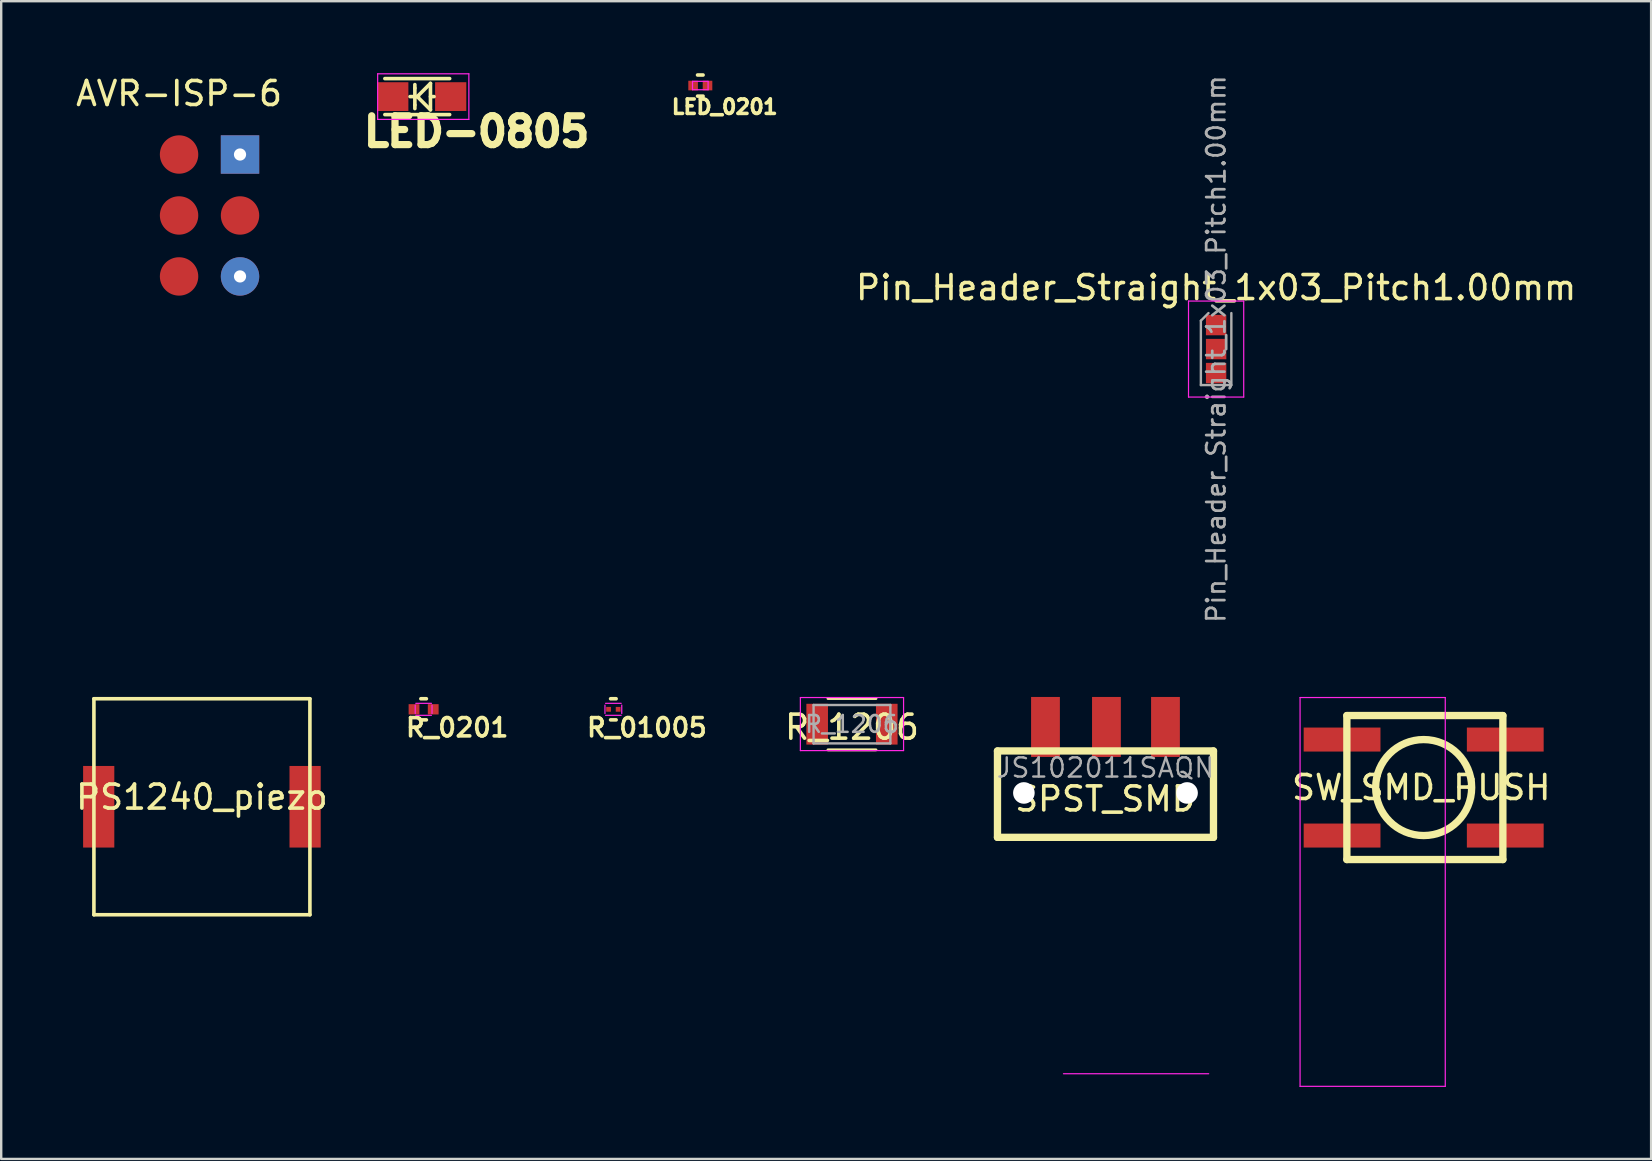
<source format=kicad_pcb>
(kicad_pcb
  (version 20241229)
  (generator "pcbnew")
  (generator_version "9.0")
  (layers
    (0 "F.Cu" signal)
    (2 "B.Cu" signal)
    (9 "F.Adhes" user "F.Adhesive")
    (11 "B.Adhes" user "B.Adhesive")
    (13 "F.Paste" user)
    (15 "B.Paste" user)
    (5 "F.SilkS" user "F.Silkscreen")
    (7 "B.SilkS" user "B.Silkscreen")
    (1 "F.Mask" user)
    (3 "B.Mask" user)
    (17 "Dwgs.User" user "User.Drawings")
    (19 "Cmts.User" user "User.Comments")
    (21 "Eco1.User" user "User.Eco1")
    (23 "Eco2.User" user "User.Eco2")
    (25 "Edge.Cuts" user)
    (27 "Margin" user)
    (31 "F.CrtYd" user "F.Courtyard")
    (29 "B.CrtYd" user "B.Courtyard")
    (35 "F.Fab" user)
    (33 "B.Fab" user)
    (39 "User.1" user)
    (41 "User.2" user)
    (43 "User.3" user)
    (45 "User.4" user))
  (footprint "LED-0805"
    (layer "F.Cu")
    (at 14.586 0.975)
    (property "Reference" "LED-0805" (at 2.223 1.46 0) (layer "F.SilkS") (effects (font (size 1.2 1.2) (thickness 0.3))))
    (attr smd)
    (fp_line (start -1.6 -0.75) (end 1.1 -0.75) (stroke (width 0.15) (type solid)) (layer "F.SilkS"))
    (fp_line (start -1.6 0.75) (end 1.1 0.75) (stroke (width 0.15) (type solid)) (layer "F.SilkS"))
    (fp_line (start -0.55 0) (end -0.2 0) (stroke (width 0.15) (type solid)) (layer "F.SilkS"))
    (fp_line (start -0.35 -0.35) (end -0.35 -0.5) (stroke (width 0.15) (type solid)) (layer "F.SilkS"))
    (fp_line (start -0.35 -0.35) (end -0.35 0.35) (stroke (width 0.15) (type solid)) (layer "F.SilkS"))
    (fp_line (start -0.35 0.35) (end -0.35 0.5) (stroke (width 0.15) (type solid)) (layer "F.SilkS"))
    (fp_line (start -0.25 0) (end 0.3 -0.55) (stroke (width 0.15) (type solid)) (layer "F.SilkS"))
    (fp_line (start 0.3 -0.55) (end 0.3 0.55) (stroke (width 0.15) (type solid)) (layer "F.SilkS"))
    (fp_line (start 0.3 0) (end 0.45 0) (stroke (width 0.15) (type solid)) (layer "F.SilkS"))
    (fp_line (start 0.3 0.55) (end -0.25 0) (stroke (width 0.15) (type solid)) (layer "F.SilkS"))
    (fp_line (start -1.9 -0.95) (end 1.9 -0.95) (stroke (width 0.05) (type solid)) (layer "F.CrtYd"))
    (fp_line (start -1.9 0.95) (end -1.9 -0.95) (stroke (width 0.05) (type solid)) (layer "F.CrtYd"))
    (fp_line (start 1.9 -0.95) (end 1.9 0.95) (stroke (width 0.05) (type solid)) (layer "F.CrtYd"))
    (fp_line (start 1.9 0.95) (end -1.9 0.95) (stroke (width 0.05) (type solid)) (layer "F.CrtYd"))
    (pad "1" smd rect (at -1.27 0 180) (size 1.3 1.199) (layers "F.Cu" "F.Mask" "F.Paste"))
    (pad "2" smd rect (at 1.143 0 180) (size 1.3 1.199) (layers "F.Cu" "F.Mask" "F.Paste")))
  (footprint "LED_0201"
    (layer "F.Cu")
    (at 26.13 0.515)
    (property "Reference" "LED_0201" (at 1.016 0.889 0) (layer "F.SilkS") (effects (font (size 0.6 0.6) (thickness 0.15))))
    (attr smd)
    (fp_line (start -0.115 0.44) (end 0.115 0.44) (stroke (width 0.15) (type solid)) (layer "F.SilkS"))
    (fp_line (start 0.115 -0.44) (end -0.115 -0.44) (stroke (width 0.15) (type solid)) (layer "F.SilkS"))
    (fp_line (start -0.325 -0.175) (end 0.325 -0.175) (stroke (width 0.05) (type solid)) (layer "F.CrtYd"))
    (fp_line (start -0.325 0.175) (end -0.325 -0.175) (stroke (width 0.05) (type solid)) (layer "F.CrtYd"))
    (fp_line (start -0.325 0.175) (end 0.325 0.175) (stroke (width 0.05) (type solid)) (layer "F.CrtYd"))
    (fp_line (start 0.325 0.175) (end 0.325 -0.175) (stroke (width 0.05) (type solid)) (layer "F.CrtYd"))
    (pad "1" smd rect (at -0.3 0) (size 0.4 0.4) (layers "F.Cu" "F.Mask" "F.Paste"))
    (pad "2" smd rect (at 0.3 0) (size 0.4 0.4) (layers "F.Cu" "F.Mask" "F.Paste")))
  (footprint "AVR-ISP-6"
    (layer "F.Cu")
    (at 4.411 3.388)
    (property "Reference" "AVR-ISP-6" (at 0 -2.54 0) (layer "F.SilkS") (effects (font (size 1 1) (thickness 0.15))))
    (attr through_hole)
    (pad "1" smd oval (at 0 0) (size 1.6 1.6) (layers "F.Cu" "F.Mask" "F.Paste"))
    (pad "2" thru_hole rect (at 2.54 0) (size 1.6 1.6) (drill 0.508) (layers "*.Cu" "F.Mask"))
    (pad "3" smd oval (at 0 2.54) (size 1.6 1.6) (layers "F.Cu" "F.Mask" "F.Paste"))
    (pad "4" smd oval (at 2.54 2.54) (size 1.6 1.6) (layers "F.Cu" "F.Mask" "F.Paste"))
    (pad "5" smd oval (at 0 5.08) (size 1.6 1.6) (layers "F.Cu" "F.Mask" "F.Paste"))
    (pad "6" thru_hole oval (at 2.54 5.08) (size 1.6 1.6) (drill 0.508) (layers "*.Cu" "F.Mask")))
  (footprint "R_1206"
    (layer "F.Cu")
    (at 32.449 27.125)
    (property "Reference" "R_1206" (at 0 0.127 0) (layer "F.SilkS") (effects (font (size 1 1) (thickness 0.15))))
    (attr smd)
    (fp_line (start -1 -1.07) (end 1 -1.07) (stroke (width 0.12) (type solid)) (layer "F.SilkS"))
    (fp_line (start 1 1.07) (end -1 1.07) (stroke (width 0.12) (type solid)) (layer "F.SilkS"))
    (fp_line (start -2.15 -1.11) (end -2.15 1.1) (stroke (width 0.05) (type solid)) (layer "F.CrtYd"))
    (fp_line (start -2.15 -1.11) (end 2.15 -1.11) (stroke (width 0.05) (type solid)) (layer "F.CrtYd"))
    (fp_line (start 2.15 1.1) (end -2.15 1.1) (stroke (width 0.05) (type solid)) (layer "F.CrtYd"))
    (fp_line (start 2.15 1.1) (end 2.15 -1.11) (stroke (width 0.05) (type solid)) (layer "F.CrtYd"))
    (fp_line (start -1.6 -0.8) (end 1.6 -0.8) (stroke (width 0.1) (type solid)) (layer "F.Fab"))
    (fp_line (start -1.6 0.8) (end -1.6 -0.8) (stroke (width 0.1) (type solid)) (layer "F.Fab"))
    (fp_line (start 1.6 -0.8) (end 1.6 0.8) (stroke (width 0.1) (type solid)) (layer "F.Fab"))
    (fp_line (start 1.6 0.8) (end -1.6 0.8) (stroke (width 0.1) (type solid)) (layer "F.Fab"))
    (fp_text user "${REFERENCE}" (at 0 0 0) (layer "F.Fab") (effects (font (size 0.7 0.7) (thickness 0.105))))
    (pad "1" smd rect (at -1.45 0) (size 0.9 1.7) (layers "F.Cu" "F.Mask" "F.Paste"))
    (pad "2" smd rect (at 1.45 0) (size 0.9 1.7) (layers "F.Cu" "F.Mask" "F.Paste")))
  (footprint "SW_SMD_PUSH"
    (layer "F.Cu")
    (at 52.87 27.765)
    (property "Reference" "SW_SMD_PUSH" (at 3.3 2 0) (layer "F.SilkS") (effects (font (size 1 1) (thickness 0.15))))
    (attr through_hole)
    (fp_line (start 0.2 -1) (end 0.2 5) (stroke (width 0.305) (type solid)) (layer "F.SilkS"))
    (fp_line (start 0.2 -1) (end 6.7 -1) (stroke (width 0.305) (type solid)) (layer "F.SilkS"))
    (fp_line (start 0.2 5) (end 6.7 5) (stroke (width 0.305) (type solid)) (layer "F.SilkS"))
    (fp_line (start 6.7 5) (end 6.7 -1) (stroke (width 0.305) (type solid)) (layer "F.SilkS"))
    (fp_circle (center 3.4 2) (end 3.4 0) (stroke (width 0.305) (type solid)) (fill no) (layer "F.SilkS"))
    (fp_line (start -1.75 -1.75) (end -1.75 14.45) (stroke (width 0.05) (type solid)) (layer "F.CrtYd"))
    (fp_line (start -1.75 -1.75) (end 4.3 -1.75) (stroke (width 0.05) (type solid)) (layer "F.CrtYd"))
    (fp_line (start -1.75 14.45) (end 4.3 14.45) (stroke (width 0.05) (type solid)) (layer "F.CrtYd"))
    (fp_line (start 4.3 -1.75) (end 4.3 14.45) (stroke (width 0.05) (type solid)) (layer "F.CrtYd"))
    (pad "1" smd rect (at 0 0) (size 3.2 1) (layers "F.Cu" "F.Mask" "F.Paste"))
    (pad "1" smd rect (at 6.8 0) (size 3.2 1) (layers "F.Cu" "F.Mask" "F.Paste"))
    (pad "2" smd rect (at 0 4) (size 3.2 1) (layers "F.Cu" "F.Mask" "F.Paste"))
    (pad "2" smd rect (at 6.8 4) (size 3.2 1) (layers "F.Cu" "F.Mask" "F.Paste")))
  (footprint "R_01005"
    (layer "F.Cu")
    (at 22.507 26.505)
    (property "Reference" "R_01005" (at 1.397 0.762 0) (layer "F.SilkS") (effects (font (size 0.762 0.762) (thickness 0.15))))
    (attr smd)
    (fp_line (start -0.115 0.44) (end 0.115 0.44) (stroke (width 0.15) (type solid)) (layer "F.SilkS"))
    (fp_line (start 0.115 -0.44) (end -0.115 -0.44) (stroke (width 0.15) (type solid)) (layer "F.SilkS"))
    (fp_line (start -0.35 -0.175) (end -0.35 0.175) (stroke (width 0.05) (type solid)) (layer "F.CrtYd"))
    (fp_line (start -0.325 -0.25) (end 0.325 -0.25) (stroke (width 0.05) (type solid)) (layer "F.CrtYd"))
    (fp_line (start -0.325 0.25) (end 0.325 0.25) (stroke (width 0.05) (type solid)) (layer "F.CrtYd"))
    (fp_line (start 0.35 -0.175) (end 0.35 0.175) (stroke (width 0.05) (type solid)) (layer "F.CrtYd"))
    (pad "1" smd rect (at -0.2 0) (size 0.2 0.2) (layers "F.Cu" "F.Mask" "F.Paste"))
    (pad "2" smd rect (at 0.2 0) (size 0.2 0.2) (layers "F.Cu" "F.Mask" "F.Paste")))
  (footprint "Pin_Header_Straight_1x03_Pitch1.00mm"
    (layer "F.Cu")
    (at 47.622 10.495)
    (property "Reference" "Pin_Header_Straight_1x03_Pitch1.00mm" (at 0 -1.56 0) (layer "F.SilkS") (effects (font (size 1 1) (thickness 0.15))))
    (attr through_hole)
    (fp_line (start 0 2.032) (end 0 0) (stroke (width 0.5) (type solid)) (layer "F.Mask"))
    (fp_line (start -1.15 -1) (end -1.15 3) (stroke (width 0.05) (type solid)) (layer "F.CrtYd"))
    (fp_line (start -1.15 3) (end 1.15 3) (stroke (width 0.05) (type solid)) (layer "F.CrtYd"))
    (fp_line (start 1.15 -1) (end -1.15 -1) (stroke (width 0.05) (type solid)) (layer "F.CrtYd"))
    (fp_line (start 1.15 3) (end 1.15 -1) (stroke (width 0.05) (type solid)) (layer "F.CrtYd"))
    (fp_line (start -0.635 -0.182) (end -0.318 -0.5) (stroke (width 0.1) (type solid)) (layer "F.Fab"))
    (fp_line (start -0.635 2.5) (end -0.635 -0.182) (stroke (width 0.1) (type solid)) (layer "F.Fab"))
    (fp_line (start 0.635 -0.5) (end 0.635 2.5) (stroke (width 0.1) (type solid)) (layer "F.Fab"))
    (fp_line (start 0.635 2.5) (end -0.635 2.5) (stroke (width 0.1) (type solid)) (layer "F.Fab"))
    (fp_text user "${REFERENCE}" (at 0 1 90) (layer "F.Fab") (effects (font (size 0.76 0.76) (thickness 0.114))))
    (pad "1" smd rect (at 0 0) (size 0.85 0.85) (layers "F.Cu" "F.Mask" "F.Paste"))
    (pad "2" smd rect (at 0 1) (size 0.85 0.85) (layers "F.Cu" "F.Mask" "F.Paste"))
    (pad "3" smd rect (at 0 2) (size 0.85 0.85) (layers "F.Cu" "F.Mask" "F.Paste")))
  (footprint "PS1240_piezo"
    (layer "F.Cu")
    (at 5.363 30.565)
    (property "Reference" "PS1240_piezo" (at 0 -0.4 0) (layer "F.SilkS") (effects (font (size 1 1) (thickness 0.15))))
    (attr through_hole)
    (fp_line (start -4.5 -4.5) (end -4.5 4.5) (stroke (width 0.15) (type solid)) (layer "F.SilkS"))
    (fp_line (start -4.5 4.5) (end 4.5 4.5) (stroke (width 0.15) (type solid)) (layer "F.SilkS"))
    (fp_line (start 4.5 -4.5) (end -4.5 -4.5) (stroke (width 0.15) (type solid)) (layer "F.SilkS"))
    (fp_line (start 4.5 4.5) (end 4.5 -4.5) (stroke (width 0.15) (type solid)) (layer "F.SilkS"))
    (pad "1" smd rect (at -4.3 0) (size 1.3 3.4) (layers "F.Cu" "F.Mask" "F.Paste"))
    (pad "2" smd rect (at 4.3 0) (size 1.3 3.4) (layers "F.Cu" "F.Mask" "F.Paste")))
  (footprint "R_0201"
    (layer "F.Cu")
    (at 14.601 26.505)
    (property "Reference" "R_0201" (at 1.397 0.762 0) (layer "F.SilkS") (effects (font (size 0.762 0.762) (thickness 0.15))))
    (attr smd)
    (fp_line (start -0.115 0.44) (end 0.115 0.44) (stroke (width 0.15) (type solid)) (layer "F.SilkS"))
    (fp_line (start 0.115 -0.44) (end -0.115 -0.44) (stroke (width 0.15) (type solid)) (layer "F.SilkS"))
    (fp_line (start -0.35 -0.175) (end -0.35 0.175) (stroke (width 0.05) (type solid)) (layer "F.CrtYd"))
    (fp_line (start -0.325 -0.25) (end 0.325 -0.25) (stroke (width 0.05) (type solid)) (layer "F.CrtYd"))
    (fp_line (start -0.325 0.25) (end 0.325 0.25) (stroke (width 0.05) (type solid)) (layer "F.CrtYd"))
    (fp_line (start 0.35 -0.175) (end 0.35 0.175) (stroke (width 0.05) (type solid)) (layer "F.CrtYd"))
    (pad "1" smd rect (at -0.4 0) (size 0.45 0.43) (layers "F.Cu" "F.Mask" "F.Paste"))
    (pad "2" smd rect (at 0.4 0) (size 0.45 0.43) (layers "F.Cu" "F.Mask" "F.Paste")))
  (footprint "SPST_SMD"
    (layer "F.Cu")
    (at 43.012 27.24)
    (property "Reference" "SPST_SMD" (at 0 3 0) (layer "F.SilkS") (effects (font (size 1 1) (thickness 0.15))))
    (attr through_hole)
    (fp_line (start -4.5 1) (end -4.5 4.6) (stroke (width 0.305) (type solid)) (layer "F.SilkS"))
    (fp_line (start -4.5 1) (end 4.5 1) (stroke (width 0.305) (type solid)) (layer "F.SilkS"))
    (fp_line (start -4.5 4.6) (end 4.5 4.6) (stroke (width 0.305) (type solid)) (layer "F.SilkS"))
    (fp_line (start 4.5 1) (end 4.5 4.6) (stroke (width 0.305) (type solid)) (layer "F.SilkS"))
    (fp_line (start -1.75 14.45) (end 4.3 14.45) (stroke (width 0.05) (type solid)) (layer "F.CrtYd"))
    (fp_text user "JS102011SAQN" (at 0 1.7 0) (layer "F.Fab") (effects (font (size 0.8 0.8) (thickness 0.1))))
    (pad "" np_thru_hole circle (at -3.4 2.75) (size 0.9 0.9) (drill 0.9) (layers "*.Cu" "*.Mask"))
    (pad "" np_thru_hole circle (at 3.4 2.75) (size 0.9 0.9) (drill 0.9) (layers "*.Cu" "*.Mask"))
    (pad "1" smd rect (at -2.5 0) (size 1.2 2.5) (layers "F.Cu" "F.Mask" "F.Paste"))
    (pad "2" smd rect (at 0.04 0) (size 1.2 2.5) (layers "F.Cu" "F.Mask" "F.Paste"))
    (pad "3" smd rect (at 2.5 0) (size 1.2 2.5) (layers "F.Cu" "F.Mask" "F.Paste")))
  (gr_rect
    (start -3 -3)
    (end 65.747 45.24)
    (stroke (width 0.1) (type default))
    (fill no)
    (layer "Edge.Cuts")))
</source>
